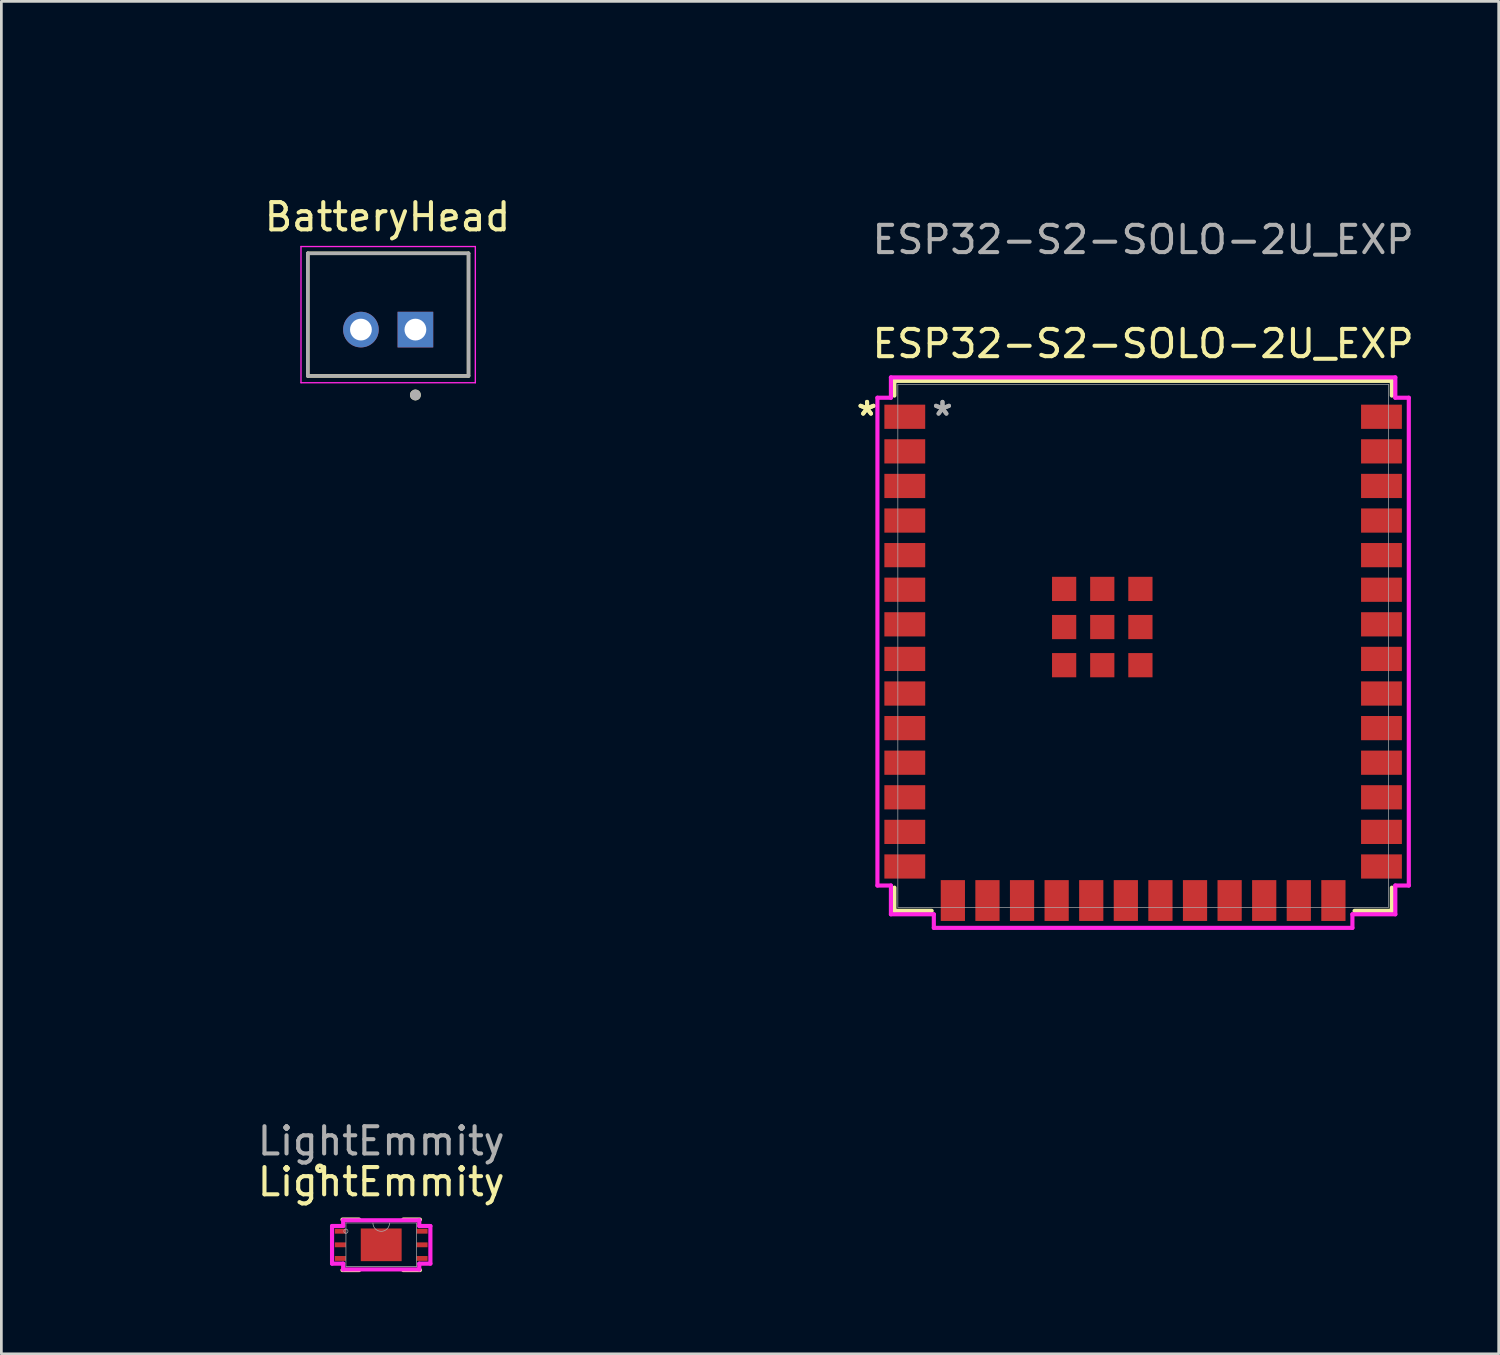
<source format=kicad_pcb>
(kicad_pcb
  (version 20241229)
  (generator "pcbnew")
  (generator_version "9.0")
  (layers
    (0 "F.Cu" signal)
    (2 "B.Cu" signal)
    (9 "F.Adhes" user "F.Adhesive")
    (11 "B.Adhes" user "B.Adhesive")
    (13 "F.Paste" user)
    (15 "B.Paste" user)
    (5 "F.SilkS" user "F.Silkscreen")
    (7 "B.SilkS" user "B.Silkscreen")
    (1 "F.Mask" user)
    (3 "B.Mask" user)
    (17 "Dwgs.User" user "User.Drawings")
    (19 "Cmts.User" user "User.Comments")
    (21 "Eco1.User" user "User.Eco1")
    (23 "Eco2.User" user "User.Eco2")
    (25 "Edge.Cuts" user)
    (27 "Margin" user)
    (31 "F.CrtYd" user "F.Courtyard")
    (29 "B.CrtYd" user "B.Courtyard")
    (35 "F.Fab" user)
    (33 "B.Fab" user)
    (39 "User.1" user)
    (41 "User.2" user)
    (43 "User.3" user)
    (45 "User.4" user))
  (footprint "LightEmmity"
    (layer "F.Cu")
    (at 0.25 34.34)
    (property "Reference" "LightEmmity" (at 10.695 6 0) (unlocked yes) (layer "F.SilkS") (effects (font (size 1 1) (thickness 0.15))))
    (attr smd)
    (fp_line (start 9.273 9.237) (end 9.884 9.237) (stroke (width 0.152) (type solid)) (layer "F.SilkS"))
    (fp_line (start 9.884 7.382) (end 9.273 7.382) (stroke (width 0.152) (type solid)) (layer "F.SilkS"))
    (fp_line (start 11.506 9.237) (end 12.118 9.237) (stroke (width 0.152) (type solid)) (layer "F.SilkS"))
    (fp_line (start 12.118 7.382) (end 11.506 7.382) (stroke (width 0.152) (type solid)) (layer "F.SilkS"))
    (fp_circle (center 8.441 5.5) (end 8.543 5.5) (stroke (width 0.152) (type solid)) (fill no) (layer "F.SilkS"))
    (fp_line (start 8.89 7.619) (end 9.298 7.619) (stroke (width 0.152) (type solid)) (layer "F.CrtYd"))
    (fp_line (start 8.89 9) (end 8.89 7.619) (stroke (width 0.152) (type solid)) (layer "F.CrtYd"))
    (fp_line (start 8.89 9) (end 9.298 9) (stroke (width 0.152) (type solid)) (layer "F.CrtYd"))
    (fp_line (start 9.298 7.408) (end 12.092 7.408) (stroke (width 0.152) (type solid)) (layer "F.CrtYd"))
    (fp_line (start 9.298 7.619) (end 9.298 7.408) (stroke (width 0.152) (type solid)) (layer "F.CrtYd"))
    (fp_line (start 9.298 9.211) (end 9.298 9) (stroke (width 0.152) (type solid)) (layer "F.CrtYd"))
    (fp_line (start 12.092 7.408) (end 12.092 7.619) (stroke (width 0.152) (type solid)) (layer "F.CrtYd"))
    (fp_line (start 12.092 9) (end 12.092 9.211) (stroke (width 0.152) (type solid)) (layer "F.CrtYd"))
    (fp_line (start 12.092 9.211) (end 9.298 9.211) (stroke (width 0.152) (type solid)) (layer "F.CrtYd"))
    (fp_line (start 12.5 7.619) (end 12.092 7.619) (stroke (width 0.152) (type solid)) (layer "F.CrtYd"))
    (fp_line (start 12.5 7.619) (end 12.5 9) (stroke (width 0.152) (type solid)) (layer "F.CrtYd"))
    (fp_line (start 12.5 9) (end 12.092 9) (stroke (width 0.152) (type solid)) (layer "F.CrtYd"))
    (fp_line (start 9.4 7.509) (end 9.4 9.11) (stroke (width 0.025) (type solid)) (layer "F.Fab"))
    (fp_line (start 9.4 9.11) (end 11.991 9.11) (stroke (width 0.025) (type solid)) (layer "F.Fab"))
    (fp_line (start 11.991 7.509) (end 9.4 7.509) (stroke (width 0.025) (type solid)) (layer "F.Fab"))
    (fp_line (start 11.991 9.11) (end 11.991 7.509) (stroke (width 0.025) (type solid)) (layer "F.Fab"))
    (fp_arc (start 11 7.5094) (mid 10.6952 7.8142) (end 10.3904 7.5094) (stroke (width 0.0254) (type solid)) (layer "F.Fab"))
    (fp_circle (center 9.398 7.809) (end 9.475 7.809) (stroke (width 0.025) (type solid)) (fill no) (layer "F.Fab"))
    (fp_text user "${REFERENCE}" (at 10.695 4.5 0) (unlocked yes) (layer "F.Fab") (effects (font (size 1 1) (thickness 0.15))))
    (pad "1" smd rect (at 9.195 7.81) (size 0.406 0.178) (layers "F.Cu" "F.Mask" "F.Paste"))
    (pad "2" smd rect (at 9.195 8.309) (size 0.406 0.178) (layers "F.Cu" "F.Mask" "F.Paste"))
    (pad "3" smd rect (at 9.195 8.809) (size 0.406 0.178) (layers "F.Cu" "F.Mask" "F.Paste"))
    (pad "4" smd rect (at 12.195 8.809) (size 0.406 0.178) (layers "F.Cu" "F.Mask" "F.Paste"))
    (pad "5" smd rect (at 12.195 8.309) (size 0.406 0.178) (layers "F.Cu" "F.Mask" "F.Paste"))
    (pad "6" smd rect (at 12.195 7.81) (size 0.406 0.178) (layers "F.Cu" "F.Mask" "F.Paste"))
    (pad "7" smd rect (at 10.695 8.309) (size 1.5 1.2) (layers "F.Cu" "F.Mask" "F.Paste")))
  (footprint "ESP32-S2-SOLO-2U_EXP"
    (layer "F.Cu")
    (at 19.05 0.25)
    (property "Reference" "ESP32-S2-SOLO-2U_EXP" (at 19.866 9.32 0) (unlocked yes) (layer "F.SilkS") (effects (font (size 1 1) (thickness 0.15))))
    (attr smd)
    (fp_line (start 10.734 10.682) (end 28.997 10.682) (stroke (width 0.152) (type solid)) (layer "F.SilkS"))
    (fp_line (start 10.734 11.223) (end 10.734 10.682) (stroke (width 0.152) (type solid)) (layer "F.SilkS"))
    (fp_line (start 10.734 30.138) (end 10.734 29.287) (stroke (width 0.152) (type solid)) (layer "F.SilkS"))
    (fp_line (start 12.103 30.138) (end 10.734 30.138) (stroke (width 0.152) (type solid)) (layer "F.SilkS"))
    (fp_line (start 28.997 10.682) (end 28.997 11.223) (stroke (width 0.152) (type solid)) (layer "F.SilkS"))
    (fp_line (start 28.997 29.287) (end 28.997 30.138) (stroke (width 0.152) (type solid)) (layer "F.SilkS"))
    (fp_line (start 28.997 30.138) (end 27.628 30.138) (stroke (width 0.152) (type solid)) (layer "F.SilkS"))
    (fp_line (start 10.112 11.302) (end 10.112 29.209) (stroke (width 0.152) (type solid)) (layer "F.CrtYd"))
    (fp_line (start 10.112 29.209) (end 10.607 29.209) (stroke (width 0.152) (type solid)) (layer "F.CrtYd"))
    (fp_line (start 10.607 10.555) (end 10.607 11.302) (stroke (width 0.152) (type solid)) (layer "F.CrtYd"))
    (fp_line (start 10.607 11.302) (end 10.112 11.302) (stroke (width 0.152) (type solid)) (layer "F.CrtYd"))
    (fp_line (start 10.607 29.209) (end 10.607 30.265) (stroke (width 0.152) (type solid)) (layer "F.CrtYd"))
    (fp_line (start 10.607 30.265) (end 12.182 30.265) (stroke (width 0.152) (type solid)) (layer "F.CrtYd"))
    (fp_line (start 12.182 30.265) (end 12.182 30.763) (stroke (width 0.152) (type solid)) (layer "F.CrtYd"))
    (fp_line (start 12.182 30.763) (end 27.549 30.763) (stroke (width 0.152) (type solid)) (layer "F.CrtYd"))
    (fp_line (start 27.549 30.265) (end 29.124 30.265) (stroke (width 0.152) (type solid)) (layer "F.CrtYd"))
    (fp_line (start 27.549 30.763) (end 27.549 30.265) (stroke (width 0.152) (type solid)) (layer "F.CrtYd"))
    (fp_line (start 29.124 10.555) (end 10.607 10.555) (stroke (width 0.152) (type solid)) (layer "F.CrtYd"))
    (fp_line (start 29.124 11.302) (end 29.124 10.555) (stroke (width 0.152) (type solid)) (layer "F.CrtYd"))
    (fp_line (start 29.124 29.209) (end 29.619 29.209) (stroke (width 0.152) (type solid)) (layer "F.CrtYd"))
    (fp_line (start 29.124 30.265) (end 29.124 29.209) (stroke (width 0.152) (type solid)) (layer "F.CrtYd"))
    (fp_line (start 29.619 11.302) (end 29.124 11.302) (stroke (width 0.152) (type solid)) (layer "F.CrtYd"))
    (fp_line (start 29.619 29.209) (end 29.619 11.302) (stroke (width 0.152) (type solid)) (layer "F.CrtYd"))
    (fp_line (start 10.861 10.809) (end 10.861 30.011) (stroke (width 0.025) (type solid)) (layer "F.Fab"))
    (fp_line (start 10.861 30.011) (end 28.87 30.011) (stroke (width 0.025) (type solid)) (layer "F.Fab"))
    (fp_line (start 28.87 10.809) (end 10.861 10.809) (stroke (width 0.025) (type solid)) (layer "F.Fab"))
    (fp_line (start 28.87 30.011) (end 28.87 10.809) (stroke (width 0.025) (type solid)) (layer "F.Fab"))
    (fp_text user "*" (at 9.731 12 0) (layer "F.SilkS") (effects (font (size 1 1) (thickness 0.15))))
    (fp_text user "*" (at 9.731 12 0) (unlocked yes) (layer "F.SilkS") (effects (font (size 1 1) (thickness 0.15))))
    (fp_text user "*" (at 12.5 12 0) (layer "F.Fab") (effects (font (size 1 1) (thickness 0.15))))
    (fp_text user "${REFERENCE}" (at 19.866 5.5 0) (unlocked yes) (layer "F.Fab") (effects (font (size 1 1) (thickness 0.15))))
    (fp_text user "*" (at 12.5 12 0) (unlocked yes) (layer "F.Fab") (effects (font (size 1 1) (thickness 0.15))))
    (pad "1" smd rect (at 11.116 12) (size 1.499 0.889) (layers "F.Cu" "F.Mask" "F.Paste"))
    (pad "2" smd rect (at 11.116 13.27) (size 1.499 0.889) (layers "F.Cu" "F.Mask" "F.Paste"))
    (pad "3" smd rect (at 11.116 14.54) (size 1.499 0.889) (layers "F.Cu" "F.Mask" "F.Paste"))
    (pad "4" smd rect (at 11.116 15.81) (size 1.499 0.889) (layers "F.Cu" "F.Mask" "F.Paste"))
    (pad "5" smd rect (at 11.116 17.08) (size 1.499 0.889) (layers "F.Cu" "F.Mask" "F.Paste"))
    (pad "6" smd rect (at 11.116 18.35) (size 1.499 0.889) (layers "F.Cu" "F.Mask" "F.Paste"))
    (pad "7" smd rect (at 11.116 19.62) (size 1.499 0.889) (layers "F.Cu" "F.Mask" "F.Paste"))
    (pad "8" smd rect (at 11.116 20.89) (size 1.499 0.889) (layers "F.Cu" "F.Mask" "F.Paste"))
    (pad "9" smd rect (at 11.116 22.16) (size 1.499 0.889) (layers "F.Cu" "F.Mask" "F.Paste"))
    (pad "10" smd rect (at 11.116 23.43) (size 1.499 0.889) (layers "F.Cu" "F.Mask" "F.Paste"))
    (pad "11" smd rect (at 11.116 24.7) (size 1.499 0.889) (layers "F.Cu" "F.Mask" "F.Paste"))
    (pad "12" smd rect (at 11.116 25.97) (size 1.499 0.889) (layers "F.Cu" "F.Mask" "F.Paste"))
    (pad "13" smd rect (at 11.116 27.24) (size 1.499 0.889) (layers "F.Cu" "F.Mask" "F.Paste"))
    (pad "14" smd rect (at 11.116 28.51) (size 1.499 0.889) (layers "F.Cu" "F.Mask" "F.Paste"))
    (pad "15" smd rect (at 12.881 29.76 90) (size 1.499 0.889) (layers "F.Cu" "F.Mask" "F.Paste"))
    (pad "16" smd rect (at 14.151 29.76 90) (size 1.499 0.889) (layers "F.Cu" "F.Mask" "F.Paste"))
    (pad "17" smd rect (at 15.421 29.76 90) (size 1.499 0.889) (layers "F.Cu" "F.Mask" "F.Paste"))
    (pad "18" smd rect (at 16.691 29.76 90) (size 1.499 0.889) (layers "F.Cu" "F.Mask" "F.Paste"))
    (pad "19" smd rect (at 17.961 29.76 90) (size 1.499 0.889) (layers "F.Cu" "F.Mask" "F.Paste"))
    (pad "20" smd rect (at 19.231 29.76 90) (size 1.499 0.889) (layers "F.Cu" "F.Mask" "F.Paste"))
    (pad "21" smd rect (at 20.501 29.76 90) (size 1.499 0.889) (layers "F.Cu" "F.Mask" "F.Paste"))
    (pad "22" smd rect (at 21.771 29.76 90) (size 1.499 0.889) (layers "F.Cu" "F.Mask" "F.Paste"))
    (pad "23" smd rect (at 23.041 29.76 90) (size 1.499 0.889) (layers "F.Cu" "F.Mask" "F.Paste"))
    (pad "24" smd rect (at 24.311 29.76 90) (size 1.499 0.889) (layers "F.Cu" "F.Mask" "F.Paste"))
    (pad "25" smd rect (at 25.581 29.76 90) (size 1.499 0.889) (layers "F.Cu" "F.Mask" "F.Paste"))
    (pad "26" smd rect (at 26.851 29.76 90) (size 1.499 0.889) (layers "F.Cu" "F.Mask" "F.Paste"))
    (pad "27" smd rect (at 28.616 28.51) (size 1.499 0.889) (layers "F.Cu" "F.Mask" "F.Paste"))
    (pad "28" smd rect (at 28.616 27.24) (size 1.499 0.889) (layers "F.Cu" "F.Mask" "F.Paste"))
    (pad "29" smd rect (at 28.616 25.97) (size 1.499 0.889) (layers "F.Cu" "F.Mask" "F.Paste"))
    (pad "30" smd rect (at 28.616 24.7) (size 1.499 0.889) (layers "F.Cu" "F.Mask" "F.Paste"))
    (pad "31" smd rect (at 28.616 23.43) (size 1.499 0.889) (layers "F.Cu" "F.Mask" "F.Paste"))
    (pad "32" smd rect (at 28.616 22.16) (size 1.499 0.889) (layers "F.Cu" "F.Mask" "F.Paste"))
    (pad "33" smd rect (at 28.616 20.89) (size 1.499 0.889) (layers "F.Cu" "F.Mask" "F.Paste"))
    (pad "34" smd rect (at 28.616 19.62) (size 1.499 0.889) (layers "F.Cu" "F.Mask" "F.Paste"))
    (pad "35" smd rect (at 28.616 18.35) (size 1.499 0.889) (layers "F.Cu" "F.Mask" "F.Paste"))
    (pad "36" smd rect (at 28.616 17.08) (size 1.499 0.889) (layers "F.Cu" "F.Mask" "F.Paste"))
    (pad "37" smd rect (at 28.616 15.81) (size 1.499 0.889) (layers "F.Cu" "F.Mask" "F.Paste"))
    (pad "38" smd rect (at 28.616 14.54) (size 1.499 0.889) (layers "F.Cu" "F.Mask" "F.Paste"))
    (pad "39" smd rect (at 28.616 13.27) (size 1.499 0.889) (layers "F.Cu" "F.Mask" "F.Paste"))
    (pad "40" smd rect (at 28.616 12) (size 1.499 0.889) (layers "F.Cu" "F.Mask" "F.Paste"))
    (pad "41" smd rect (at 18.366 19.72) (size 0.889 0.889) (layers "F.Cu" "F.Mask" "F.Paste"))
    (pad "42" smd rect (at 16.966 18.32) (size 0.889 0.889) (layers "F.Cu" "F.Mask" "F.Paste"))
    (pad "43" smd rect (at 16.966 19.72) (size 0.889 0.889) (layers "F.Cu" "F.Mask" "F.Paste"))
    (pad "44" smd rect (at 16.966 21.12) (size 0.889 0.889) (layers "F.Cu" "F.Mask" "F.Paste"))
    (pad "45" smd rect (at 18.366 21.12) (size 0.889 0.889) (layers "F.Cu" "F.Mask" "F.Paste"))
    (pad "46" smd rect (at 19.766 21.12) (size 0.889 0.889) (layers "F.Cu" "F.Mask" "F.Paste"))
    (pad "47" smd rect (at 19.766 19.72) (size 0.889 0.889) (layers "F.Cu" "F.Mask" "F.Paste"))
    (pad "48" smd rect (at 19.766 18.32) (size 0.889 0.889) (layers "F.Cu" "F.Mask" "F.Paste"))
    (pad "49" smd rect (at 18.366 18.32) (size 0.889 0.889) (layers "F.Cu" "F.Mask" "F.Paste")))
  (footprint "BatteryHead"
    (layer "F.Cu")
    (at 0.25 0.25)
    (property "Reference" "BatteryHead" (at 10.925 4.665 0) (layer "F.SilkS") (effects (font (size 1 1) (thickness 0.15))))
    (attr through_hole)
    (fp_line (start 8 6) (end 13.9 6) (stroke (width 0.127) (type solid)) (layer "F.SilkS"))
    (fp_line (start 8 10.5) (end 8 6) (stroke (width 0.127) (type solid)) (layer "F.SilkS"))
    (fp_line (start 13.9 6) (end 13.9 10.5) (stroke (width 0.127) (type solid)) (layer "F.SilkS"))
    (fp_line (start 13.9 10.5) (end 8 10.5) (stroke (width 0.127) (type solid)) (layer "F.SilkS"))
    (fp_circle (center 11.95 11.2) (end 12.05 11.2) (stroke (width 0.2) (type solid)) (fill no) (layer "F.SilkS"))
    (fp_line (start 7.75 5.75) (end 14.15 5.75) (stroke (width 0.05) (type solid)) (layer "F.CrtYd"))
    (fp_line (start 7.75 10.75) (end 7.75 5.75) (stroke (width 0.05) (type solid)) (layer "F.CrtYd"))
    (fp_line (start 14.15 5.75) (end 14.15 10.75) (stroke (width 0.05) (type solid)) (layer "F.CrtYd"))
    (fp_line (start 14.15 10.75) (end 7.75 10.75) (stroke (width 0.05) (type solid)) (layer "F.CrtYd"))
    (fp_line (start 8 6) (end 13.9 6) (stroke (width 0.127) (type solid)) (layer "F.Fab"))
    (fp_line (start 8 10.5) (end 8 6) (stroke (width 0.127) (type solid)) (layer "F.Fab"))
    (fp_line (start 13.9 6) (end 13.9 10.5) (stroke (width 0.127) (type solid)) (layer "F.Fab"))
    (fp_line (start 13.9 10.5) (end 8 10.5) (stroke (width 0.127) (type solid)) (layer "F.Fab"))
    (fp_circle (center 11.95 11.2) (end 12.05 11.2) (stroke (width 0.2) (type solid)) (fill no) (layer "F.Fab"))
    (pad "1" thru_hole rect (at 11.95 8.8) (size 1.308 1.308) (drill 0.8) (layers "*.Cu" "*.Mask"))
    (pad "2" thru_hole circle (at 9.95 8.8) (size 1.308 1.308) (drill 0.8) (layers "*.Cu" "*.Mask")))
  (gr_rect
    (start -3 -3)
    (end 51.969 46.652)
    (stroke (width 0.1) (type default))
    (fill no)
    (layer "Edge.Cuts")))
</source>
